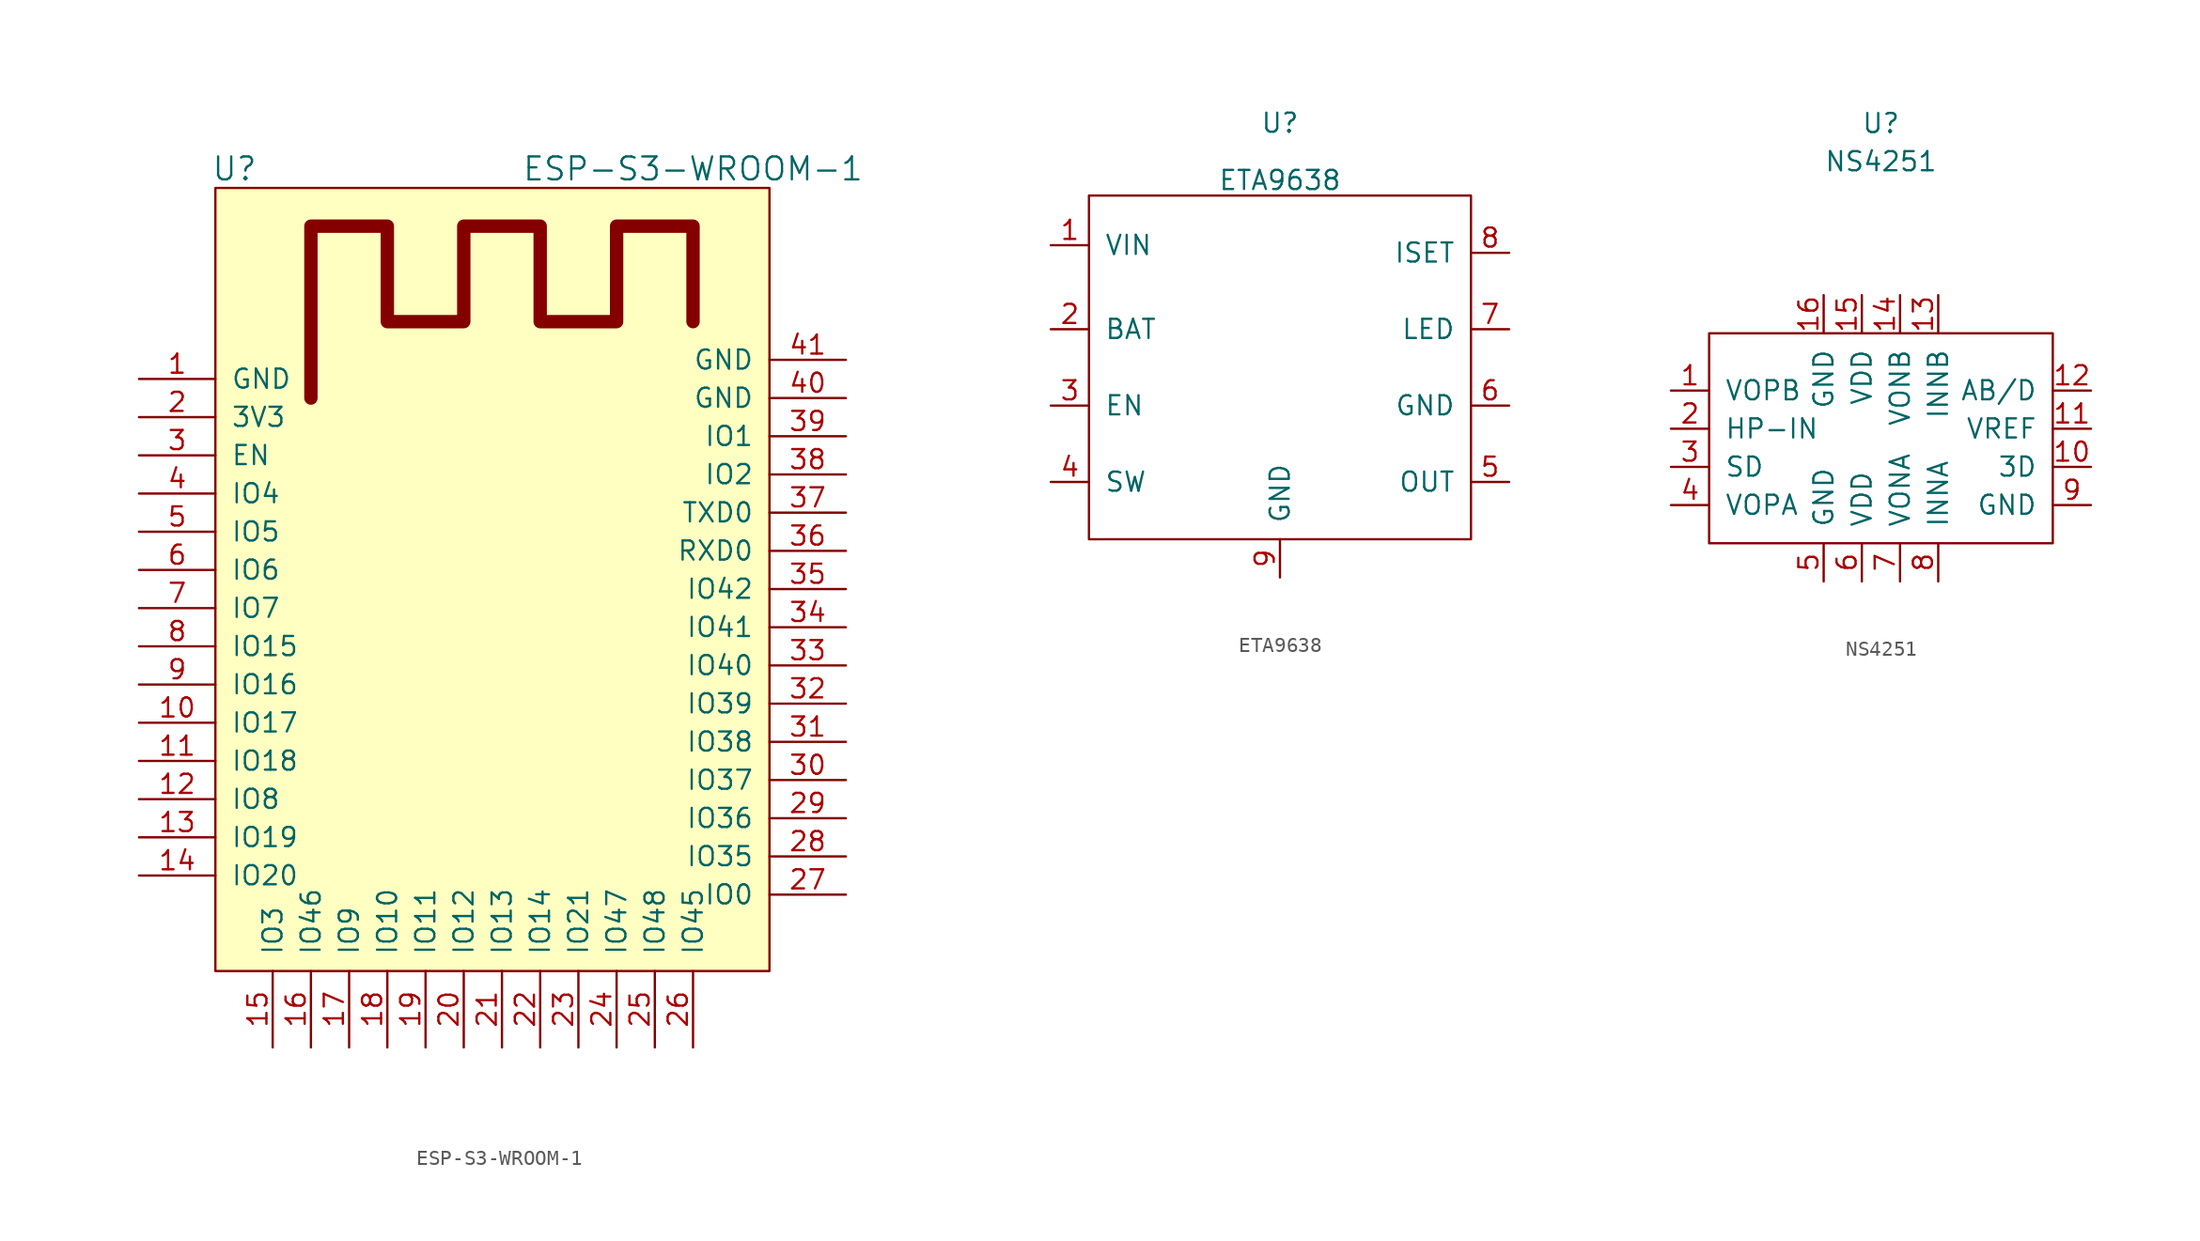
<source format=kicad_sym>
(kicad_symbol_lib
  (version 20211014)
  (generator kicad_symbol_editor)
  (symbol "ESP-S3-WROOM-1"
    (pin_names
      (offset 1.016))
    (property "Reference" "U"
      (at -17.78 31.75 0)
      (effects (font (size 1.524 1.524))))
    (property "Value" "ESP-S3-WROOM-1"
      (at 12.7 31.75 0)
      (effects (font (size 1.524 1.524))))
    (symbol "ESP-S3-WROOM-1_0_1"
      (rectangle (start -19.05 30.48) (end 17.78 -21.59) (stroke (width 0) (type default) (color 0 0 0 0)) (fill (type background)))
      (polyline (pts (xy -12.7 16.51) (xy -12.7 27.94) (xy -7.62 27.94) (xy -7.62 21.59) (xy -2.54 21.59) (xy -2.54 27.94) (xy 2.54 27.94) (xy 2.54 21.59) (xy 7.62 21.59) (xy 7.62 27.94) (xy 12.7 27.94) (xy 12.7 21.59)) (stroke (width 0.889) (type default) (color 0 0 0 0)) (fill (type none))))
    (symbol "ESP-S3-WROOM-1_1_1"
      (pin passive line (at -24.13 17.78 0) (length 5.08) (name "GND" (effects (font (size 1.27 1.27)))) (number "1" (effects (font (size 1.27 1.27)))))
      (pin passive line (at -24.13 -5.08 0) (length 5.08) (name "IO17" (effects (font (size 1.27 1.27)))) (number "10" (effects (font (size 1.27 1.27)))))
      (pin passive line (at -24.13 -7.62 0) (length 5.08) (name "IO18" (effects (font (size 1.27 1.27)))) (number "11" (effects (font (size 1.27 1.27)))))
      (pin passive line (at -24.13 -10.16 0) (length 5.08) (name "IO8" (effects (font (size 1.27 1.27)))) (number "12" (effects (font (size 1.27 1.27)))))
      (pin passive line (at -24.13 -12.7 0) (length 5.08) (name "IO19" (effects (font (size 1.27 1.27)))) (number "13" (effects (font (size 1.27 1.27)))))
      (pin passive line (at -24.13 -15.24 0) (length 5.08) (name "IO20" (effects (font (size 1.27 1.27)))) (number "14" (effects (font (size 1.27 1.27)))))
      (pin passive line (at -15.24 -26.67 90) (length 5.08) (name "IO3" (effects (font (size 1.27 1.27)))) (number "15" (effects (font (size 1.27 1.27)))))
      (pin passive line (at -12.7 -26.67 90) (length 5.08) (name "IO46" (effects (font (size 1.27 1.27)))) (number "16" (effects (font (size 1.27 1.27)))))
      (pin passive line (at -10.16 -26.67 90) (length 5.08) (name "IO9" (effects (font (size 1.27 1.27)))) (number "17" (effects (font (size 1.27 1.27)))))
      (pin passive line (at -7.62 -26.67 90) (length 5.08) (name "IO10" (effects (font (size 1.27 1.27)))) (number "18" (effects (font (size 1.27 1.27)))))
      (pin passive line (at -5.08 -26.67 90) (length 5.08) (name "IO11" (effects (font (size 1.27 1.27)))) (number "19" (effects (font (size 1.27 1.27)))))
      (pin passive line (at -24.13 15.24 0) (length 5.08) (name "3V3" (effects (font (size 1.27 1.27)))) (number "2" (effects (font (size 1.27 1.27)))))
      (pin passive line (at -2.54 -26.67 90) (length 5.08) (name "IO12" (effects (font (size 1.27 1.27)))) (number "20" (effects (font (size 1.27 1.27)))))
      (pin passive line (at 0 -26.67 90) (length 5.08) (name "IO13" (effects (font (size 1.27 1.27)))) (number "21" (effects (font (size 1.27 1.27)))))
      (pin passive line (at 2.54 -26.67 90) (length 5.08) (name "IO14" (effects (font (size 1.27 1.27)))) (number "22" (effects (font (size 1.27 1.27)))))
      (pin passive line (at 5.08 -26.67 90) (length 5.08) (name "IO21" (effects (font (size 1.27 1.27)))) (number "23" (effects (font (size 1.27 1.27)))))
      (pin passive line (at 7.62 -26.67 90) (length 5.08) (name "IO47" (effects (font (size 1.27 1.27)))) (number "24" (effects (font (size 1.27 1.27)))))
      (pin passive line (at 10.16 -26.67 90) (length 5.08) (name "IO48" (effects (font (size 1.27 1.27)))) (number "25" (effects (font (size 1.27 1.27)))))
      (pin passive line (at 12.7 -26.67 90) (length 5.08) (name "IO45" (effects (font (size 1.27 1.27)))) (number "26" (effects (font (size 1.27 1.27)))))
      (pin passive line (at 22.86 -16.51 180) (length 5.08) (name "IO0" (effects (font (size 1.27 1.27)))) (number "27" (effects (font (size 1.27 1.27)))))
      (pin passive line (at 22.86 -13.97 180) (length 5.08) (name "IO35" (effects (font (size 1.27 1.27)))) (number "28" (effects (font (size 1.27 1.27)))))
      (pin passive line (at 22.86 -11.43 180) (length 5.08) (name "IO36" (effects (font (size 1.27 1.27)))) (number "29" (effects (font (size 1.27 1.27)))))
      (pin passive line (at -24.13 12.7 0) (length 5.08) (name "EN" (effects (font (size 1.27 1.27)))) (number "3" (effects (font (size 1.27 1.27)))))
      (pin passive line (at 22.86 -8.89 180) (length 5.08) (name "IO37" (effects (font (size 1.27 1.27)))) (number "30" (effects (font (size 1.27 1.27)))))
      (pin passive line (at 22.86 -6.35 180) (length 5.08) (name "IO38" (effects (font (size 1.27 1.27)))) (number "31" (effects (font (size 1.27 1.27)))))
      (pin passive line (at 22.86 -3.81 180) (length 5.08) (name "IO39" (effects (font (size 1.27 1.27)))) (number "32" (effects (font (size 1.27 1.27)))))
      (pin passive line (at 22.86 -1.27 180) (length 5.08) (name "IO40" (effects (font (size 1.27 1.27)))) (number "33" (effects (font (size 1.27 1.27)))))
      (pin passive line (at 22.86 1.27 180) (length 5.08) (name "IO41" (effects (font (size 1.27 1.27)))) (number "34" (effects (font (size 1.27 1.27)))))
      (pin passive line (at 22.86 3.81 180) (length 5.08) (name "IO42" (effects (font (size 1.27 1.27)))) (number "35" (effects (font (size 1.27 1.27)))))
      (pin passive line (at 22.86 6.35 180) (length 5.08) (name "RXD0" (effects (font (size 1.27 1.27)))) (number "36" (effects (font (size 1.27 1.27)))))
      (pin passive line (at 22.86 8.89 180) (length 5.08) (name "TXD0" (effects (font (size 1.27 1.27)))) (number "37" (effects (font (size 1.27 1.27)))))
      (pin passive line (at 22.86 11.43 180) (length 5.08) (name "IO2" (effects (font (size 1.27 1.27)))) (number "38" (effects (font (size 1.27 1.27)))))
      (pin passive line (at 22.86 13.97 180) (length 5.08) (name "IO1" (effects (font (size 1.27 1.27)))) (number "39" (effects (font (size 1.27 1.27)))))
      (pin passive line (at -24.13 10.16 0) (length 5.08) (name "IO4" (effects (font (size 1.27 1.27)))) (number "4" (effects (font (size 1.27 1.27)))))
      (pin passive line (at 22.86 16.51 180) (length 5.08) (name "GND" (effects (font (size 1.27 1.27)))) (number "40" (effects (font (size 1.27 1.27)))))
      (pin passive line (at 22.86 19.05 180) (length 5.08) (name "GND" (effects (font (size 1.27 1.27)))) (number "41" (effects (font (size 1.27 1.27)))))
      (pin passive line (at -24.13 7.62 0) (length 5.08) (name "IO5" (effects (font (size 1.27 1.27)))) (number "5" (effects (font (size 1.27 1.27)))))
      (pin passive line (at -24.13 5.08 0) (length 5.08) (name "IO6" (effects (font (size 1.27 1.27)))) (number "6" (effects (font (size 1.27 1.27)))))
      (pin passive line (at -24.13 2.54 0) (length 5.08) (name "IO7" (effects (font (size 1.27 1.27)))) (number "7" (effects (font (size 1.27 1.27)))))
      (pin passive line (at -24.13 0 0) (length 5.08) (name "IO15" (effects (font (size 1.27 1.27)))) (number "8" (effects (font (size 1.27 1.27)))))
      (pin passive line (at -24.13 -2.54 0) (length 5.08) (name "IO16" (effects (font (size 1.27 1.27)))) (number "9" (effects (font (size 1.27 1.27)))))))
  (symbol "ETA9638"
    (pin_names
      (offset 1.016))
    (property "Reference" "U"
      (at 0 18.796 0)
      (effects (font (size 1.27 1.27))))
    (property "Value" "ETA9638"
      (at 0 14.986 0)
      (effects (font (size 1.27 1.27))))
    (symbol "ETA9638_0_1"
      (rectangle (start -12.7 13.97) (end 12.7 -8.89) (stroke (width 0) (type default) (color 0 0 0 0)) (fill (type none))))
    (symbol "ETA9638_1_1"
      (pin passive line (at -15.24 10.668 0) (length 2.54) (name "VIN" (effects (font (size 1.27 1.27)))) (number "1" (effects (font (size 1.27 1.27)))))
      (pin passive line (at -15.24 5.08 0) (length 2.54) (name "BAT" (effects (font (size 1.27 1.27)))) (number "2" (effects (font (size 1.27 1.27)))))
      (pin passive line (at -15.24 0 0) (length 2.54) (name "EN" (effects (font (size 1.27 1.27)))) (number "3" (effects (font (size 1.27 1.27)))))
      (pin passive line (at -15.24 -5.08 0) (length 2.54) (name "SW" (effects (font (size 1.27 1.27)))) (number "4" (effects (font (size 1.27 1.27)))))
      (pin passive line (at 15.24 -5.08 180) (length 2.54) (name "OUT" (effects (font (size 1.27 1.27)))) (number "5" (effects (font (size 1.27 1.27)))))
      (pin passive line (at 15.24 0 180) (length 2.54) (name "GND" (effects (font (size 1.27 1.27)))) (number "6" (effects (font (size 1.27 1.27)))))
      (pin passive line (at 15.24 5.08 180) (length 2.54) (name "LED" (effects (font (size 1.27 1.27)))) (number "7" (effects (font (size 1.27 1.27)))))
      (pin passive line (at 15.24 10.16 180) (length 2.54) (name "ISET" (effects (font (size 1.27 1.27)))) (number "8" (effects (font (size 1.27 1.27)))))
      (pin passive line (at 0 -11.43 90) (length 2.54) (name "GND" (effects (font (size 1.27 1.27)))) (number "9" (effects (font (size 1.27 1.27)))))))
  (symbol "NS4251"
    (pin_names
      (offset 1.016))
    (property "Reference" "U"
      (at 5.08 22.86 0)
      (effects (font (size 1.27 1.27))))
    (property "Value" "NS4251"
      (at 5.08 20.32 0)
      (effects (font (size 1.27 1.27))))
    (symbol "NS4251_0_1"
      (rectangle (start -6.35 8.89) (end 16.51 -5.08) (stroke (width 0) (type default) (color 0 0 0 0)) (fill (type none))))
    (symbol "NS4251_1_1"
      (pin passive line (at -8.89 5.08 0) (length 2.54) (name "VOPB" (effects (font (size 1.27 1.27)))) (number "1" (effects (font (size 1.27 1.27)))))
      (pin passive line (at 19.05 0 180) (length 2.54) (name "3D" (effects (font (size 1.27 1.27)))) (number "10" (effects (font (size 1.27 1.27)))))
      (pin passive line (at 19.05 2.54 180) (length 2.54) (name "VREF" (effects (font (size 1.27 1.27)))) (number "11" (effects (font (size 1.27 1.27)))))
      (pin passive line (at 19.05 5.08 180) (length 2.54) (name "AB/D" (effects (font (size 1.27 1.27)))) (number "12" (effects (font (size 1.27 1.27)))))
      (pin passive line (at 8.89 11.43 270) (length 2.54) (name "INNB" (effects (font (size 1.27 1.27)))) (number "13" (effects (font (size 1.27 1.27)))))
      (pin passive line (at 6.35 11.43 270) (length 2.54) (name "VONB" (effects (font (size 1.27 1.27)))) (number "14" (effects (font (size 1.27 1.27)))))
      (pin passive line (at 3.81 11.43 270) (length 2.54) (name "VDD" (effects (font (size 1.27 1.27)))) (number "15" (effects (font (size 1.27 1.27)))))
      (pin passive line (at 1.27 11.43 270) (length 2.54) (name "GND" (effects (font (size 1.27 1.27)))) (number "16" (effects (font (size 1.27 1.27)))))
      (pin passive line (at -8.89 2.54 0) (length 2.54) (name "HP-IN" (effects (font (size 1.27 1.27)))) (number "2" (effects (font (size 1.27 1.27)))))
      (pin passive line (at -8.89 0 0) (length 2.54) (name "SD" (effects (font (size 1.27 1.27)))) (number "3" (effects (font (size 1.27 1.27)))))
      (pin passive line (at -8.89 -2.54 0) (length 2.54) (name "VOPA" (effects (font (size 1.27 1.27)))) (number "4" (effects (font (size 1.27 1.27)))))
      (pin passive line (at 1.27 -7.62 90) (length 2.54) (name "GND" (effects (font (size 1.27 1.27)))) (number "5" (effects (font (size 1.27 1.27)))))
      (pin passive line (at 3.81 -7.62 90) (length 2.54) (name "VDD" (effects (font (size 1.27 1.27)))) (number "6" (effects (font (size 1.27 1.27)))))
      (pin passive line (at 6.35 -7.62 90) (length 2.54) (name "VONA" (effects (font (size 1.27 1.27)))) (number "7" (effects (font (size 1.27 1.27)))))
      (pin passive line (at 8.89 -7.62 90) (length 2.54) (name "INNA" (effects (font (size 1.27 1.27)))) (number "8" (effects (font (size 1.27 1.27)))))
      (pin passive line (at 19.05 -2.54 180) (length 2.54) (name "GND" (effects (font (size 1.27 1.27)))) (number "9" (effects (font (size 1.27 1.27))))))))
</source>
